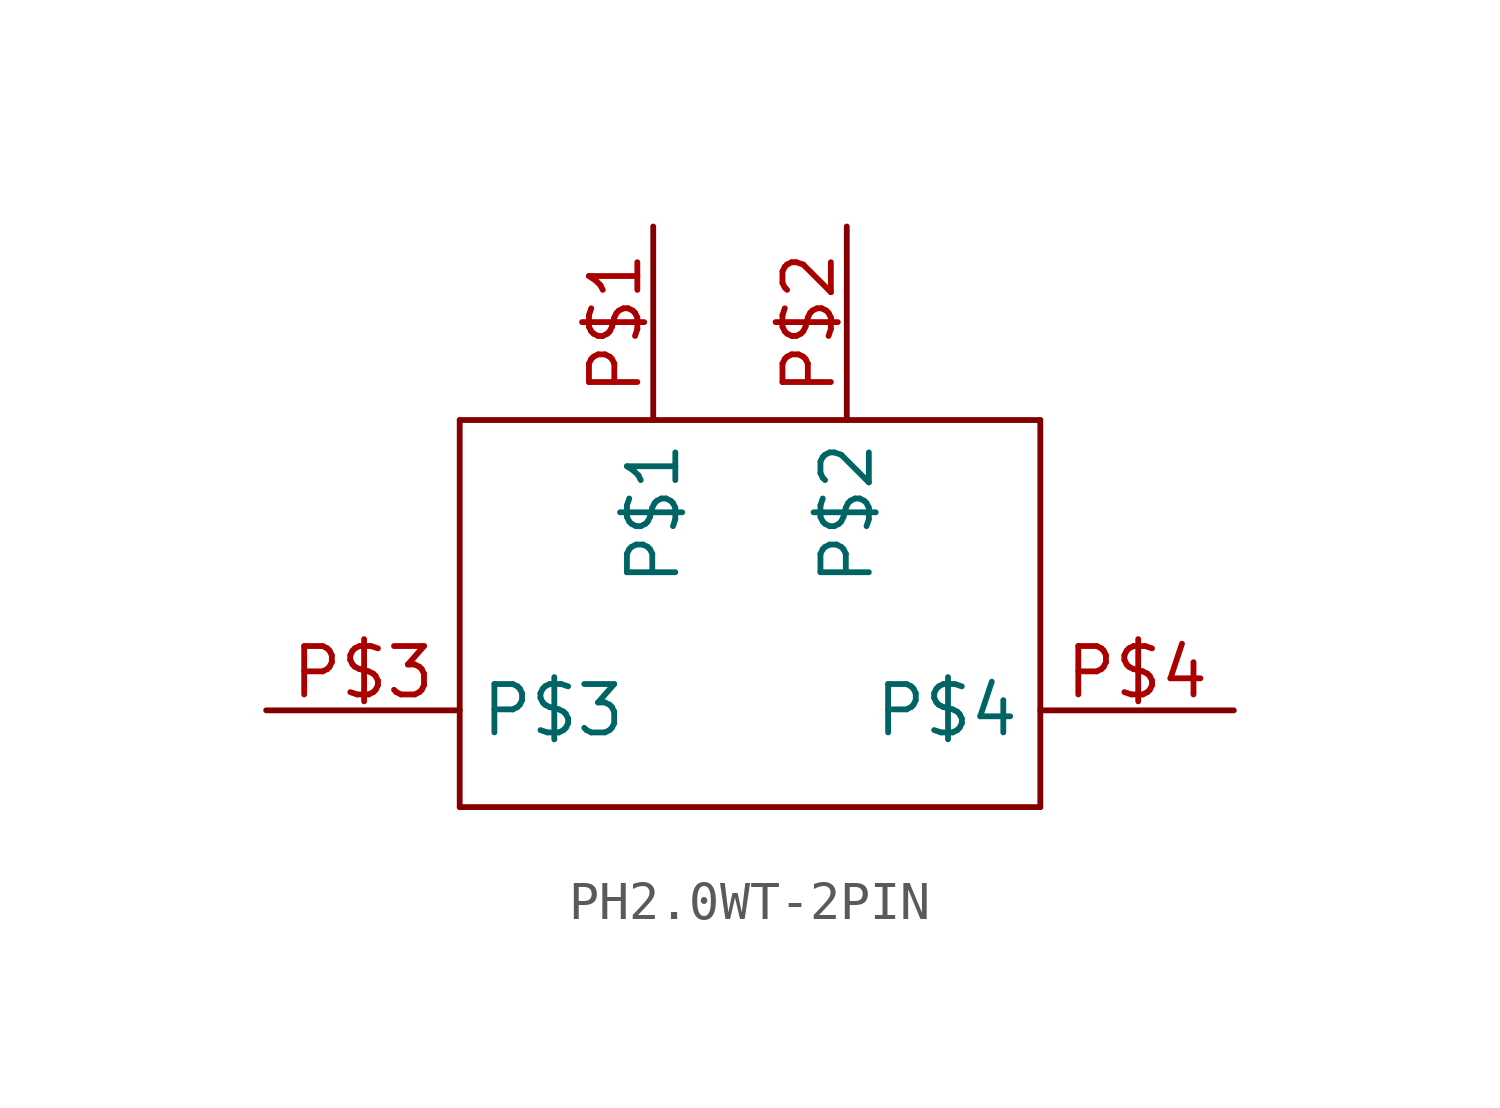
<source format=kicad_sym>
(kicad_symbol_lib
  (version 20231120)
  (generator "kicad_symbol_editor")
  (generator_version "8.0")
  (symbol "PH2.0WT-2PIN"
    (property "Reference" "J"
      (at -6.604 -13.462 0)
      (effects (font (size 1.27 1.079)) (justify left bottom) (hide yes)))
    (property "ki_locked" ""
      (at 0 0 0)
      (effects (font (size 1.27 1.27))))
    (symbol "PH2.0WT-2PIN_1_0"
      (polyline (pts (xy -7.62 -10.16) (xy -7.62 0)) (stroke (width 0.152) (type solid)) (fill (type none)))
      (polyline (pts (xy -7.62 0) (xy 7.62 0)) (stroke (width 0.152) (type solid)) (fill (type none)))
      (polyline (pts (xy 7.62 -10.16) (xy -7.62 -10.16)) (stroke (width 0.152) (type solid)) (fill (type none)))
      (polyline (pts (xy 7.62 0) (xy 7.62 -10.16)) (stroke (width 0.152) (type solid)) (fill (type none)))
      (pin bidirectional line (at -2.54 5.08 270) (length 5.08) (name "P$1" (effects (font (size 1.27 1.27)))) (number "P$1" (effects (font (size 1.27 1.27)))))
      (pin bidirectional line (at 2.54 5.08 270) (length 5.08) (name "P$2" (effects (font (size 1.27 1.27)))) (number "P$2" (effects (font (size 1.27 1.27)))))
      (pin bidirectional line (at -12.7 -7.62 0) (length 5.08) (name "P$3" (effects (font (size 1.27 1.27)))) (number "P$3" (effects (font (size 1.27 1.27)))))
      (pin bidirectional line (at 12.7 -7.62 180) (length 5.08) (name "P$4" (effects (font (size 1.27 1.27)))) (number "P$4" (effects (font (size 1.27 1.27))))))))
</source>
